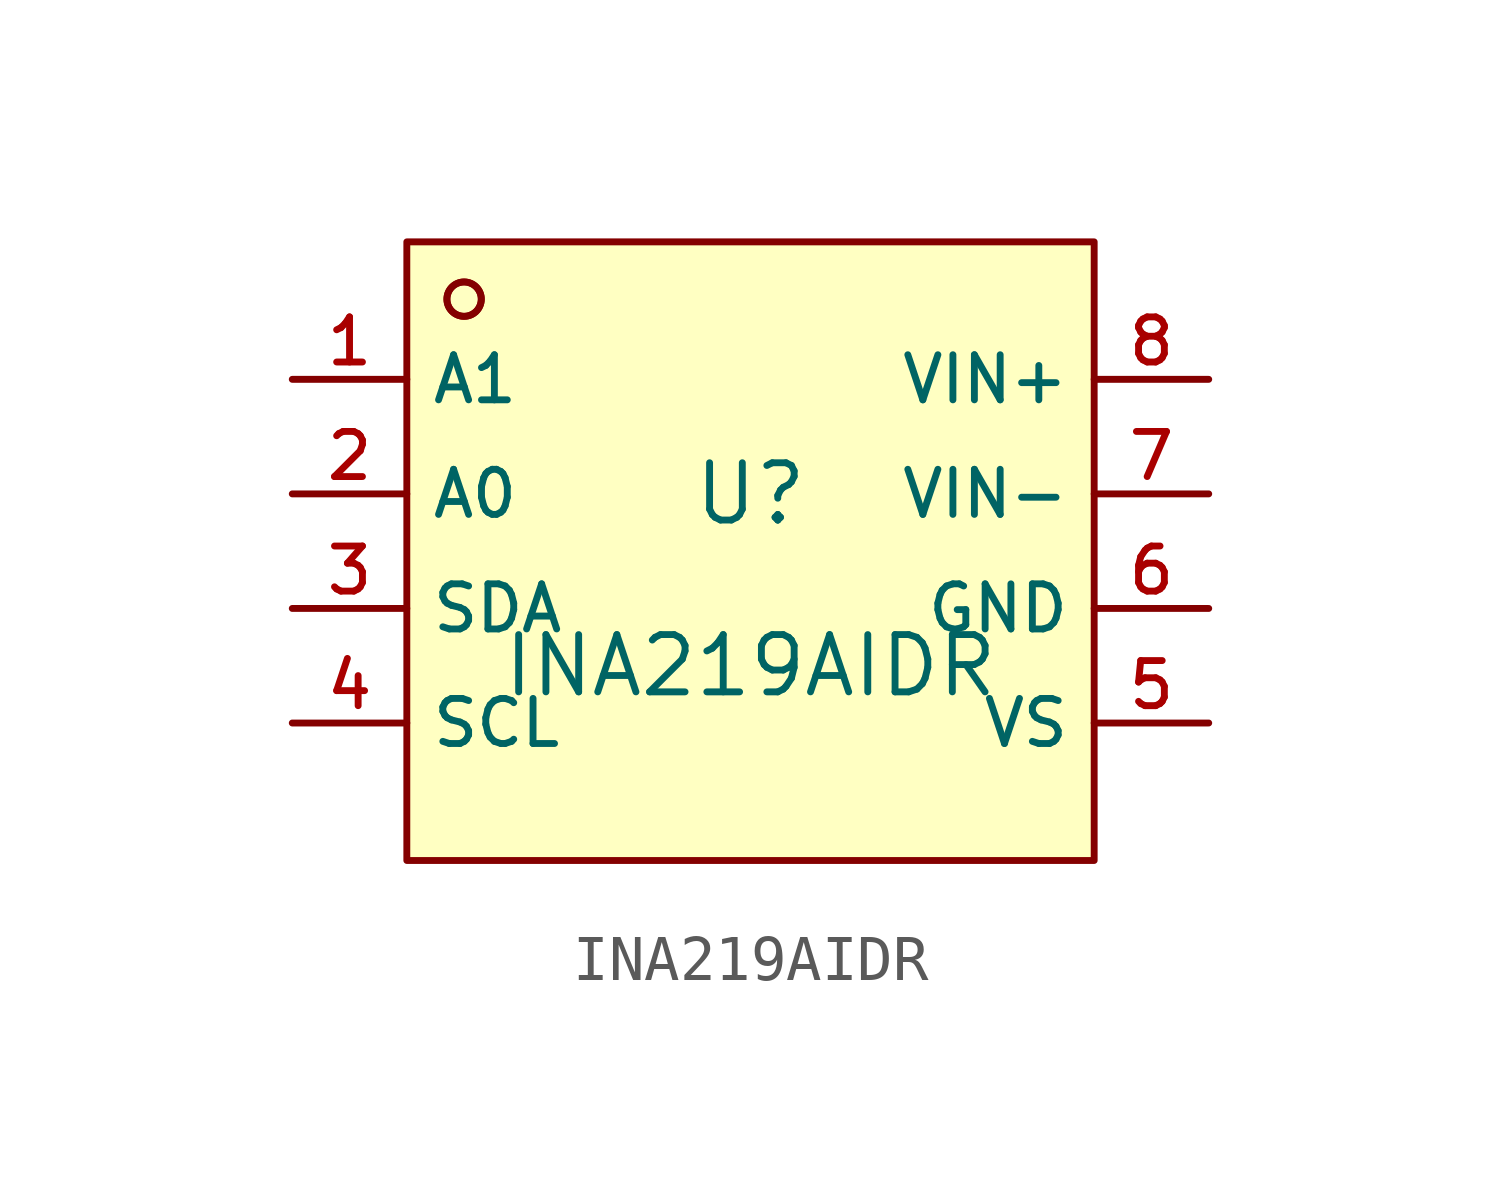
<source format=kicad_sym>
(kicad_symbol_lib
  (version 20210201)
  (generator TousstNicolas/JLC2KiCad_lib)
  (symbol "INA219AIDR"
    (property "Reference" "U"
      (at 0 1.27 0)
      (effects (font (size 1.27 1.27))))
    (property "Value" "INA219AIDR"
      (at 0 -2.54 0)
      (effects (font (size 1.27 1.27))))
    (symbol "INA219AIDR_0_1"
      (circle (center -6.35 5.588) (radius 0.381) (stroke (width 0) (type default) (color 0 0 0 0)) (fill (type background)))
      (rectangle (start -7.62 6.858) (end 7.62 -6.858) (stroke (width 0) (type default) (color 0 0 0 0)) (fill (type background)))
      (circle (center -6.35 5.588) (radius 0.381) (stroke (width 0) (type default) (color 0 0 0 0)) (fill (type background)))
      (pin unspecified line (at -10.16 3.81 0) (length 2.54) (name "A1" (effects (font (size 1 1)))) (number "1" (effects (font (size 1 1)))))
      (pin unspecified line (at -10.16 1.27 0) (length 2.54) (name "A0" (effects (font (size 1 1)))) (number "2" (effects (font (size 1 1)))))
      (pin unspecified line (at -10.16 -1.27 0) (length 2.54) (name "SDA" (effects (font (size 1 1)))) (number "3" (effects (font (size 1 1)))))
      (pin unspecified line (at -10.16 -3.81 0) (length 2.54) (name "SCL" (effects (font (size 1 1)))) (number "4" (effects (font (size 1 1)))))
      (pin unspecified line (at 10.16 -3.81 180) (length 2.54) (name "VS" (effects (font (size 1 1)))) (number "5" (effects (font (size 1 1)))))
      (pin unspecified line (at 10.16 -1.27 180) (length 2.54) (name "GND" (effects (font (size 1 1)))) (number "6" (effects (font (size 1 1)))))
      (pin unspecified line (at 10.16 1.27 180) (length 2.54) (name "VIN-" (effects (font (size 1 1)))) (number "7" (effects (font (size 1 1)))))
      (pin unspecified line (at 10.16 3.81 180) (length 2.54) (name "VIN+" (effects (font (size 1 1)))) (number "8" (effects (font (size 1 1))))))))
</source>
